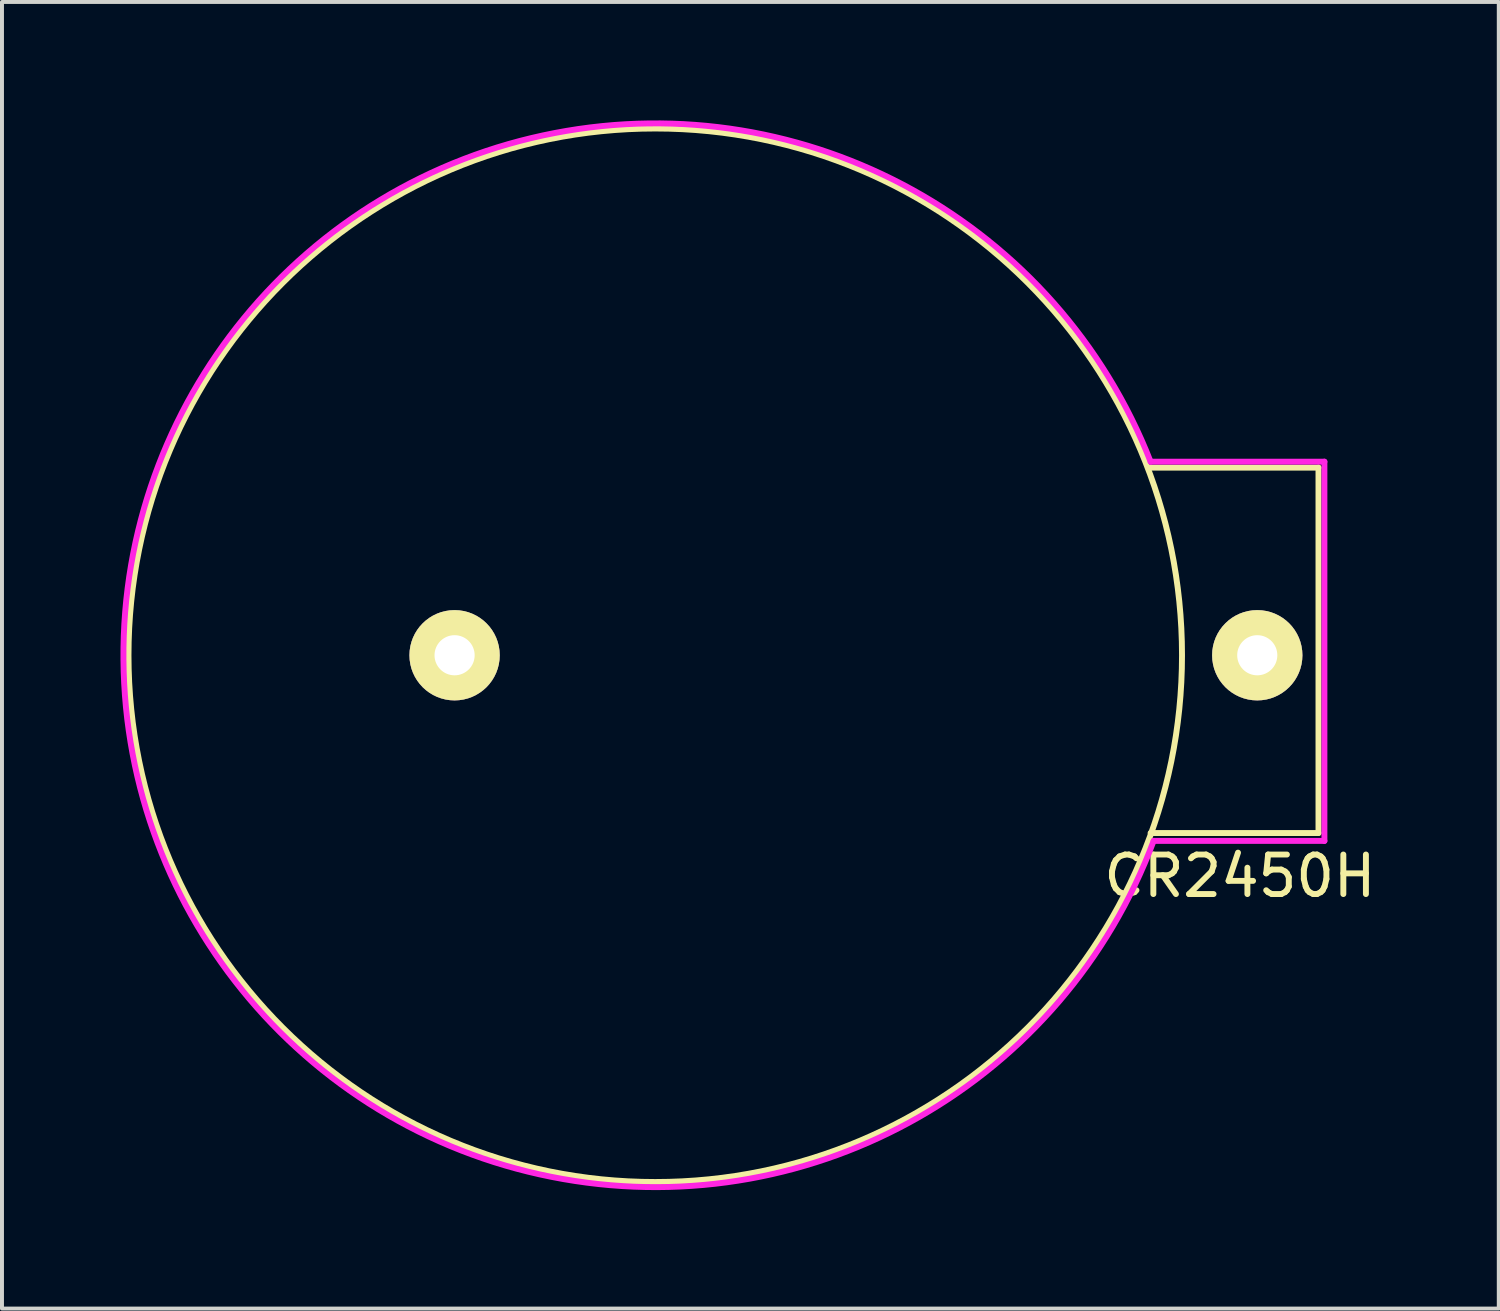
<source format=kicad_pcb>
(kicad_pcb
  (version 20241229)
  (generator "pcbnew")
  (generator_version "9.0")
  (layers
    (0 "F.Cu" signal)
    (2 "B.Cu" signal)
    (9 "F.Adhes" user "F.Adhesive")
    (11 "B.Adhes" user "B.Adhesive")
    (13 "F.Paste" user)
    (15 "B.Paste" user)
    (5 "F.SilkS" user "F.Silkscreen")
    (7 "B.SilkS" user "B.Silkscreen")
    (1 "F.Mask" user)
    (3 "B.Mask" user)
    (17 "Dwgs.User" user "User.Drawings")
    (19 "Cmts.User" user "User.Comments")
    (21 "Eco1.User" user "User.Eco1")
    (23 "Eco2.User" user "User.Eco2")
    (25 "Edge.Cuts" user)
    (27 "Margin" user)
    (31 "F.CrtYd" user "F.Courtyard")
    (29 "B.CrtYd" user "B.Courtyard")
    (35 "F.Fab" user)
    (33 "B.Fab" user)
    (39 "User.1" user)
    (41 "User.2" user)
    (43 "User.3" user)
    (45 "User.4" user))
  (footprint "CR2450H"
    (layer "F.Cu")
    (at 16.078 13.538)
    (property "Reference" "CR2450H" (at 12.26 5.59 0) (layer "F.SilkS") (effects (font (size 1 1) (thickness 0.15))))
    (attr through_hole)
    (fp_line (start 10 4.5) (end 14.25 4.5) (stroke (width 0.15) (type solid)) (layer "F.SilkS"))
    (fp_line (start 14.25 -4.75) (end 10 -4.75) (stroke (width 0.15) (type solid)) (layer "F.SilkS"))
    (fp_line (start 14.25 4.5) (end 14.25 -4.75) (stroke (width 0.15) (type solid)) (layer "F.SilkS"))
    (fp_circle (center -2.54 0) (end 10.795 0) (stroke (width 0.15) (type solid)) (fill no) (layer "F.SilkS"))
    (fp_line (start 10.077 4.699) (end 14.4 4.7) (stroke (width 0.15) (type solid)) (layer "F.CrtYd"))
    (fp_line (start 14.4 -4.9) (end 10 -4.9) (stroke (width 0.15) (type solid)) (layer "F.CrtYd"))
    (fp_line (start 14.4 4.7) (end 14.4 -4.9) (stroke (width 0.15) (type solid)) (layer "F.CrtYd"))
    (fp_arc (start 10.076771 4.698798) (mid -16.002913 0.107675) (end 10 -4.9) (stroke (width 0.15) (type solid)) (layer "F.CrtYd"))
    (pad "1" thru_hole circle (at 12.7 0) (size 2.286 2.286) (drill 1.016) (layers "*.Cu" "*.Mask" "F.SilkS"))
    (pad "2" thru_hole circle (at -7.62 0) (size 2.286 2.286) (drill 1.016) (layers "*.Cu" "*.Mask" "F.SilkS")))
  (gr_rect
    (start -3 -3)
    (end 34.892 30.077)
    (stroke (width 0.1) (type default))
    (fill no)
    (layer "Edge.Cuts")))
</source>
